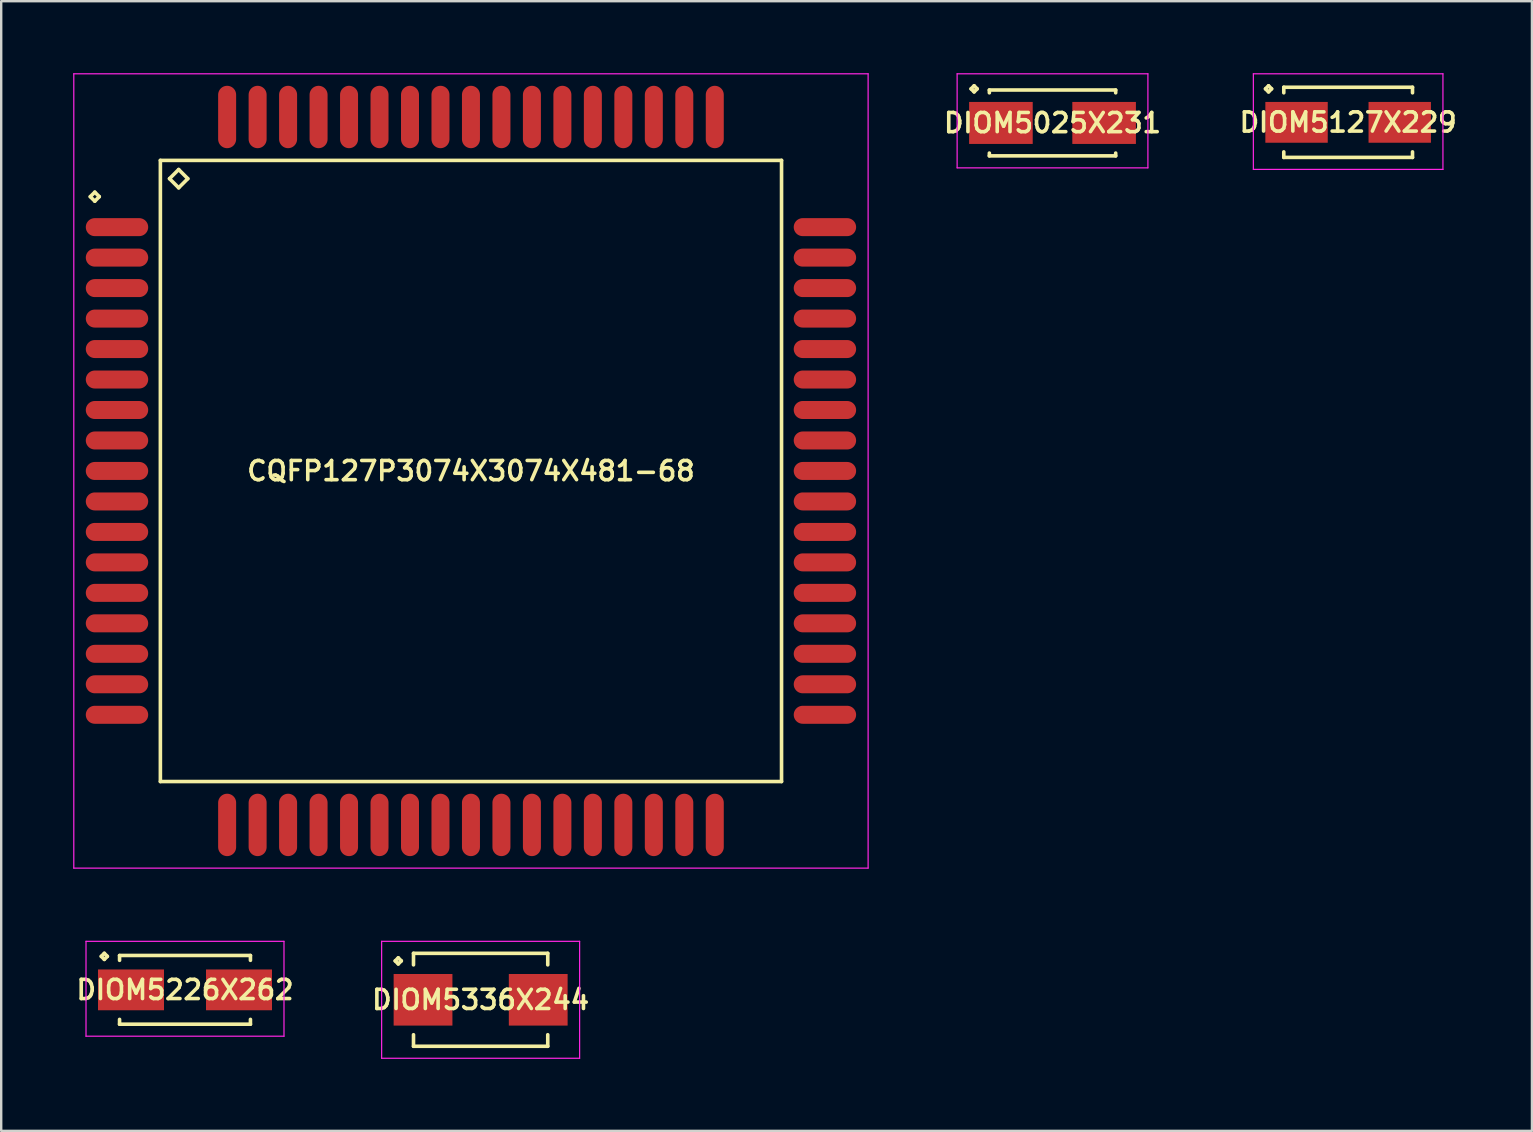
<source format=kicad_pcb>
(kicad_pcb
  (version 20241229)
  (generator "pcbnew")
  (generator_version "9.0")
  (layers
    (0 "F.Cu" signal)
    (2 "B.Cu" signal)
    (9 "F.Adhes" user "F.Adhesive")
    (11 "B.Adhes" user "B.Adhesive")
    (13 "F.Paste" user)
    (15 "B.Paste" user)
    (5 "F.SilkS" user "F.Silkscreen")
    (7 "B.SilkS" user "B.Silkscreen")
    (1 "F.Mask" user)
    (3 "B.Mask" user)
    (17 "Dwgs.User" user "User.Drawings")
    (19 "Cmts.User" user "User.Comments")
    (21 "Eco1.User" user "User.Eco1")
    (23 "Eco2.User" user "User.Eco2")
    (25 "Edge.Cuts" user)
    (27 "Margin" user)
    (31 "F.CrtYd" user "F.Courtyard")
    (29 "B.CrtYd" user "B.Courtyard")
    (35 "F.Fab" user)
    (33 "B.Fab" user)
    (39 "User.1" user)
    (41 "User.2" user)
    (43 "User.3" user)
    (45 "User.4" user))
  (footprint "DIOM5226X262"
    (layer "F.Cu")
    (at 4.659 38.198)
    (property "Reference" "DIOM5226X262" (at 0 0 0) (layer "F.SilkS") (effects (font (size 0.8 0.8) (thickness 0.15))))
    (attr smd)
    (fp_line (start -3.489 -1.396) (end -3.362 -1.523) (stroke (width 0.15) (type solid)) (layer "F.SilkS"))
    (fp_line (start -3.362 -1.523) (end -3.235 -1.396) (stroke (width 0.15) (type solid)) (layer "F.SilkS"))
    (fp_line (start -3.362 -1.269) (end -3.489 -1.396) (stroke (width 0.15) (type solid)) (layer "F.SilkS"))
    (fp_line (start -3.235 -1.396) (end -3.362 -1.269) (stroke (width 0.15) (type solid)) (layer "F.SilkS"))
    (fp_line (start -2.727 -1.432) (end 2.727 -1.432) (stroke (width 0.15) (type solid)) (layer "F.SilkS"))
    (fp_line (start -2.727 -1.231) (end -2.727 -1.432) (stroke (width 0.15) (type solid)) (layer "F.SilkS"))
    (fp_line (start -2.727 1.231) (end -2.727 1.432) (stroke (width 0.15) (type solid)) (layer "F.SilkS"))
    (fp_line (start -2.727 1.432) (end 2.727 1.432) (stroke (width 0.15) (type solid)) (layer "F.SilkS"))
    (fp_line (start 2.727 -1.432) (end 2.727 -1.231) (stroke (width 0.15) (type solid)) (layer "F.SilkS"))
    (fp_line (start 2.727 1.432) (end 2.727 1.231) (stroke (width 0.15) (type solid)) (layer "F.SilkS"))
    (fp_line (start -4.125 -2.023) (end 4.125 -2.023) (stroke (width 0.05) (type solid)) (layer "F.CrtYd"))
    (fp_line (start -4.125 1.932) (end -4.125 -2.023) (stroke (width 0.05) (type solid)) (layer "F.CrtYd"))
    (fp_line (start 4.125 -2.023) (end 4.125 1.932) (stroke (width 0.05) (type solid)) (layer "F.CrtYd"))
    (fp_line (start 4.125 1.932) (end -4.125 1.932) (stroke (width 0.05) (type solid)) (layer "F.CrtYd"))
    (pad "1" smd rect (at -2.25 0) (size 2.75 1.7) (layers "F.Cu" "F.Mask" "F.Paste"))
    (pad "2" smd rect (at 2.25 0) (size 2.75 1.7) (layers "F.Cu" "F.Mask" "F.Paste")))
  (footprint "DIOM5127X229"
    (layer "F.Cu")
    (at 53.128 2.048)
    (property "Reference" "DIOM5127X229" (at 0 0 0) (layer "F.SilkS") (effects (font (size 0.8 0.8) (thickness 0.15))))
    (attr smd)
    (fp_line (start -3.444 -1.396) (end -3.317 -1.523) (stroke (width 0.15) (type solid)) (layer "F.SilkS"))
    (fp_line (start -3.317 -1.523) (end -3.19 -1.396) (stroke (width 0.15) (type solid)) (layer "F.SilkS"))
    (fp_line (start -3.317 -1.269) (end -3.444 -1.396) (stroke (width 0.15) (type solid)) (layer "F.SilkS"))
    (fp_line (start -3.19 -1.396) (end -3.317 -1.269) (stroke (width 0.15) (type solid)) (layer "F.SilkS"))
    (fp_line (start -2.682 -1.462) (end 2.682 -1.462) (stroke (width 0.15) (type solid)) (layer "F.SilkS"))
    (fp_line (start -2.682 -1.231) (end -2.682 -1.462) (stroke (width 0.15) (type solid)) (layer "F.SilkS"))
    (fp_line (start -2.682 1.231) (end -2.682 1.462) (stroke (width 0.15) (type solid)) (layer "F.SilkS"))
    (fp_line (start -2.682 1.462) (end 2.682 1.462) (stroke (width 0.15) (type solid)) (layer "F.SilkS"))
    (fp_line (start 2.682 -1.462) (end 2.682 -1.231) (stroke (width 0.15) (type solid)) (layer "F.SilkS"))
    (fp_line (start 2.682 1.462) (end 2.682 1.231) (stroke (width 0.15) (type solid)) (layer "F.SilkS"))
    (fp_line (start -3.95 -2.023) (end 3.95 -2.023) (stroke (width 0.05) (type solid)) (layer "F.CrtYd"))
    (fp_line (start -3.95 1.962) (end -3.95 -2.023) (stroke (width 0.05) (type solid)) (layer "F.CrtYd"))
    (fp_line (start 3.95 -2.023) (end 3.95 1.962) (stroke (width 0.05) (type solid)) (layer "F.CrtYd"))
    (fp_line (start 3.95 1.962) (end -3.95 1.962) (stroke (width 0.05) (type solid)) (layer "F.CrtYd"))
    (pad "1" smd rect (at -2.15 0) (size 2.6 1.7) (layers "F.Cu" "F.Mask" "F.Paste"))
    (pad "2" smd rect (at 2.15 0) (size 2.6 1.7) (layers "F.Cu" "F.Mask" "F.Paste")))
  (footprint "DIOM5025X231"
    (layer "F.Cu")
    (at 40.809 2.073)
    (property "Reference" "DIOM5025X231" (at 0 0 0) (layer "F.SilkS") (effects (font (size 0.8 0.8) (thickness 0.15))))
    (attr smd)
    (fp_line (start -3.394 -1.421) (end -3.267 -1.548) (stroke (width 0.15) (type solid)) (layer "F.SilkS"))
    (fp_line (start -3.267 -1.548) (end -3.14 -1.421) (stroke (width 0.15) (type solid)) (layer "F.SilkS"))
    (fp_line (start -3.267 -1.294) (end -3.394 -1.421) (stroke (width 0.15) (type solid)) (layer "F.SilkS"))
    (fp_line (start -3.14 -1.421) (end -3.267 -1.294) (stroke (width 0.15) (type solid)) (layer "F.SilkS"))
    (fp_line (start -2.632 -1.372) (end 2.632 -1.372) (stroke (width 0.15) (type solid)) (layer "F.SilkS"))
    (fp_line (start -2.632 -1.256) (end -2.632 -1.372) (stroke (width 0.15) (type solid)) (layer "F.SilkS"))
    (fp_line (start -2.632 1.256) (end -2.632 1.372) (stroke (width 0.15) (type solid)) (layer "F.SilkS"))
    (fp_line (start -2.632 1.372) (end 2.632 1.372) (stroke (width 0.15) (type solid)) (layer "F.SilkS"))
    (fp_line (start 2.632 -1.372) (end 2.632 -1.256) (stroke (width 0.15) (type solid)) (layer "F.SilkS"))
    (fp_line (start 2.632 1.372) (end 2.632 1.256) (stroke (width 0.15) (type solid)) (layer "F.SilkS"))
    (fp_line (start -3.975 -2.048) (end 3.975 -2.048) (stroke (width 0.05) (type solid)) (layer "F.CrtYd"))
    (fp_line (start -3.975 1.872) (end -3.975 -2.048) (stroke (width 0.05) (type solid)) (layer "F.CrtYd"))
    (fp_line (start 3.975 -2.048) (end 3.975 1.872) (stroke (width 0.05) (type solid)) (layer "F.CrtYd"))
    (fp_line (start 3.975 1.872) (end -3.975 1.872) (stroke (width 0.05) (type solid)) (layer "F.CrtYd"))
    (pad "1" smd rect (at -2.15 0) (size 2.65 1.75) (layers "F.Cu" "F.Mask" "F.Paste"))
    (pad "2" smd rect (at 2.15 0) (size 2.65 1.75) (layers "F.Cu" "F.Mask" "F.Paste")))
  (footprint "CQFP127P3074X3074X481-68"
    (layer "F.Cu")
    (at 16.575 16.575)
    (property "Reference" "CQFP127P3074X3074X481-68" (at 0 0 0) (layer "F.SilkS") (effects (font (size 0.8 0.8) (thickness 0.15))))
    (attr smd)
    (fp_line (start -15.863 -11.43) (end -15.675 -11.617) (stroke (width 0.15) (type solid)) (layer "F.SilkS"))
    (fp_line (start -15.675 -11.617) (end -15.488 -11.43) (stroke (width 0.15) (type solid)) (layer "F.SilkS"))
    (fp_line (start -15.675 -11.242) (end -15.863 -11.43) (stroke (width 0.15) (type solid)) (layer "F.SilkS"))
    (fp_line (start -15.488 -11.43) (end -15.675 -11.242) (stroke (width 0.15) (type solid)) (layer "F.SilkS"))
    (fp_line (start -12.942 -12.942) (end -12.942 12.942) (stroke (width 0.15) (type solid)) (layer "F.SilkS"))
    (fp_line (start -12.942 12.942) (end 12.942 12.942) (stroke (width 0.15) (type solid)) (layer "F.SilkS"))
    (fp_line (start -12.561 -12.18) (end -12.18 -12.561) (stroke (width 0.15) (type solid)) (layer "F.SilkS"))
    (fp_line (start -12.18 -12.561) (end -11.799 -12.18) (stroke (width 0.15) (type solid)) (layer "F.SilkS"))
    (fp_line (start -12.18 -11.799) (end -12.561 -12.18) (stroke (width 0.15) (type solid)) (layer "F.SilkS"))
    (fp_line (start -11.799 -12.18) (end -12.18 -11.799) (stroke (width 0.15) (type solid)) (layer "F.SilkS"))
    (fp_line (start 12.942 -12.942) (end -12.942 -12.942) (stroke (width 0.15) (type solid)) (layer "F.SilkS"))
    (fp_line (start 12.942 12.942) (end 12.942 -12.942) (stroke (width 0.15) (type solid)) (layer "F.SilkS"))
    (fp_line (start -16.55 -16.55) (end 16.55 -16.55) (stroke (width 0.05) (type solid)) (layer "F.CrtYd"))
    (fp_line (start -16.55 16.55) (end -16.55 -16.55) (stroke (width 0.05) (type solid)) (layer "F.CrtYd"))
    (fp_line (start 16.55 -16.55) (end 16.55 16.55) (stroke (width 0.05) (type solid)) (layer "F.CrtYd"))
    (fp_line (start 16.55 16.55) (end -16.55 16.55) (stroke (width 0.05) (type solid)) (layer "F.CrtYd"))
    (pad "1" smd oval (at -14.75 -10.16) (size 2.6 0.75) (layers "F.Cu" "F.Mask" "F.Paste"))
    (pad "2" smd oval (at -14.75 -8.89) (size 2.6 0.75) (layers "F.Cu" "F.Mask" "F.Paste"))
    (pad "3" smd oval (at -14.75 -7.62) (size 2.6 0.75) (layers "F.Cu" "F.Mask" "F.Paste"))
    (pad "4" smd oval (at -14.75 -6.35) (size 2.6 0.75) (layers "F.Cu" "F.Mask" "F.Paste"))
    (pad "5" smd oval (at -14.75 -5.08) (size 2.6 0.75) (layers "F.Cu" "F.Mask" "F.Paste"))
    (pad "6" smd oval (at -14.75 -3.81) (size 2.6 0.75) (layers "F.Cu" "F.Mask" "F.Paste"))
    (pad "7" smd oval (at -14.75 -2.54) (size 2.6 0.75) (layers "F.Cu" "F.Mask" "F.Paste"))
    (pad "8" smd oval (at -14.75 -1.27) (size 2.6 0.75) (layers "F.Cu" "F.Mask" "F.Paste"))
    (pad "9" smd oval (at -14.75 0) (size 2.6 0.75) (layers "F.Cu" "F.Mask" "F.Paste"))
    (pad "10" smd oval (at -14.75 1.27) (size 2.6 0.75) (layers "F.Cu" "F.Mask" "F.Paste"))
    (pad "11" smd oval (at -14.75 2.54) (size 2.6 0.75) (layers "F.Cu" "F.Mask" "F.Paste"))
    (pad "12" smd oval (at -14.75 3.81) (size 2.6 0.75) (layers "F.Cu" "F.Mask" "F.Paste"))
    (pad "13" smd oval (at -14.75 5.08) (size 2.6 0.75) (layers "F.Cu" "F.Mask" "F.Paste"))
    (pad "14" smd oval (at -14.75 6.35) (size 2.6 0.75) (layers "F.Cu" "F.Mask" "F.Paste"))
    (pad "15" smd oval (at -14.75 7.62) (size 2.6 0.75) (layers "F.Cu" "F.Mask" "F.Paste"))
    (pad "16" smd oval (at -14.75 8.89) (size 2.6 0.75) (layers "F.Cu" "F.Mask" "F.Paste"))
    (pad "17" smd oval (at -14.75 10.16) (size 2.6 0.75) (layers "F.Cu" "F.Mask" "F.Paste"))
    (pad "18" smd oval (at -10.16 14.75) (size 0.75 2.6) (layers "F.Cu" "F.Mask" "F.Paste"))
    (pad "19" smd oval (at -8.89 14.75) (size 0.75 2.6) (layers "F.Cu" "F.Mask" "F.Paste"))
    (pad "20" smd oval (at -7.62 14.75) (size 0.75 2.6) (layers "F.Cu" "F.Mask" "F.Paste"))
    (pad "21" smd oval (at -6.35 14.75) (size 0.75 2.6) (layers "F.Cu" "F.Mask" "F.Paste"))
    (pad "22" smd oval (at -5.08 14.75) (size 0.75 2.6) (layers "F.Cu" "F.Mask" "F.Paste"))
    (pad "23" smd oval (at -3.81 14.75) (size 0.75 2.6) (layers "F.Cu" "F.Mask" "F.Paste"))
    (pad "24" smd oval (at -2.54 14.75) (size 0.75 2.6) (layers "F.Cu" "F.Mask" "F.Paste"))
    (pad "25" smd oval (at -1.27 14.75) (size 0.75 2.6) (layers "F.Cu" "F.Mask" "F.Paste"))
    (pad "26" smd oval (at 0 14.75) (size 0.75 2.6) (layers "F.Cu" "F.Mask" "F.Paste"))
    (pad "27" smd oval (at 1.27 14.75) (size 0.75 2.6) (layers "F.Cu" "F.Mask" "F.Paste"))
    (pad "28" smd oval (at 2.54 14.75) (size 0.75 2.6) (layers "F.Cu" "F.Mask" "F.Paste"))
    (pad "29" smd oval (at 3.81 14.75) (size 0.75 2.6) (layers "F.Cu" "F.Mask" "F.Paste"))
    (pad "30" smd oval (at 5.08 14.75) (size 0.75 2.6) (layers "F.Cu" "F.Mask" "F.Paste"))
    (pad "31" smd oval (at 6.35 14.75) (size 0.75 2.6) (layers "F.Cu" "F.Mask" "F.Paste"))
    (pad "32" smd oval (at 7.62 14.75) (size 0.75 2.6) (layers "F.Cu" "F.Mask" "F.Paste"))
    (pad "33" smd oval (at 8.89 14.75) (size 0.75 2.6) (layers "F.Cu" "F.Mask" "F.Paste"))
    (pad "34" smd oval (at 10.16 14.75) (size 0.75 2.6) (layers "F.Cu" "F.Mask" "F.Paste"))
    (pad "35" smd oval (at 14.75 10.16) (size 2.6 0.75) (layers "F.Cu" "F.Mask" "F.Paste"))
    (pad "36" smd oval (at 14.75 8.89) (size 2.6 0.75) (layers "F.Cu" "F.Mask" "F.Paste"))
    (pad "37" smd oval (at 14.75 7.62) (size 2.6 0.75) (layers "F.Cu" "F.Mask" "F.Paste"))
    (pad "38" smd oval (at 14.75 6.35) (size 2.6 0.75) (layers "F.Cu" "F.Mask" "F.Paste"))
    (pad "39" smd oval (at 14.75 5.08) (size 2.6 0.75) (layers "F.Cu" "F.Mask" "F.Paste"))
    (pad "40" smd oval (at 14.75 3.81) (size 2.6 0.75) (layers "F.Cu" "F.Mask" "F.Paste"))
    (pad "41" smd oval (at 14.75 2.54) (size 2.6 0.75) (layers "F.Cu" "F.Mask" "F.Paste"))
    (pad "42" smd oval (at 14.75 1.27) (size 2.6 0.75) (layers "F.Cu" "F.Mask" "F.Paste"))
    (pad "43" smd oval (at 14.75 0) (size 2.6 0.75) (layers "F.Cu" "F.Mask" "F.Paste"))
    (pad "44" smd oval (at 14.75 -1.27) (size 2.6 0.75) (layers "F.Cu" "F.Mask" "F.Paste"))
    (pad "45" smd oval (at 14.75 -2.54) (size 2.6 0.75) (layers "F.Cu" "F.Mask" "F.Paste"))
    (pad "46" smd oval (at 14.75 -3.81) (size 2.6 0.75) (layers "F.Cu" "F.Mask" "F.Paste"))
    (pad "47" smd oval (at 14.75 -5.08) (size 2.6 0.75) (layers "F.Cu" "F.Mask" "F.Paste"))
    (pad "48" smd oval (at 14.75 -6.35) (size 2.6 0.75) (layers "F.Cu" "F.Mask" "F.Paste"))
    (pad "49" smd oval (at 14.75 -7.62) (size 2.6 0.75) (layers "F.Cu" "F.Mask" "F.Paste"))
    (pad "50" smd oval (at 14.75 -8.89) (size 2.6 0.75) (layers "F.Cu" "F.Mask" "F.Paste"))
    (pad "51" smd oval (at 14.75 -10.16) (size 2.6 0.75) (layers "F.Cu" "F.Mask" "F.Paste"))
    (pad "52" smd oval (at 10.16 -14.75) (size 0.75 2.6) (layers "F.Cu" "F.Mask" "F.Paste"))
    (pad "53" smd oval (at 8.89 -14.75) (size 0.75 2.6) (layers "F.Cu" "F.Mask" "F.Paste"))
    (pad "54" smd oval (at 7.62 -14.75) (size 0.75 2.6) (layers "F.Cu" "F.Mask" "F.Paste"))
    (pad "55" smd oval (at 6.35 -14.75) (size 0.75 2.6) (layers "F.Cu" "F.Mask" "F.Paste"))
    (pad "56" smd oval (at 5.08 -14.75) (size 0.75 2.6) (layers "F.Cu" "F.Mask" "F.Paste"))
    (pad "57" smd oval (at 3.81 -14.75) (size 0.75 2.6) (layers "F.Cu" "F.Mask" "F.Paste"))
    (pad "58" smd oval (at 2.54 -14.75) (size 0.75 2.6) (layers "F.Cu" "F.Mask" "F.Paste"))
    (pad "59" smd oval (at 1.27 -14.75) (size 0.75 2.6) (layers "F.Cu" "F.Mask" "F.Paste"))
    (pad "60" smd oval (at 0 -14.75) (size 0.75 2.6) (layers "F.Cu" "F.Mask" "F.Paste"))
    (pad "61" smd oval (at -1.27 -14.75) (size 0.75 2.6) (layers "F.Cu" "F.Mask" "F.Paste"))
    (pad "62" smd oval (at -2.54 -14.75) (size 0.75 2.6) (layers "F.Cu" "F.Mask" "F.Paste"))
    (pad "63" smd oval (at -3.81 -14.75) (size 0.75 2.6) (layers "F.Cu" "F.Mask" "F.Paste"))
    (pad "64" smd oval (at -5.08 -14.75) (size 0.75 2.6) (layers "F.Cu" "F.Mask" "F.Paste"))
    (pad "65" smd oval (at -6.35 -14.75) (size 0.75 2.6) (layers "F.Cu" "F.Mask" "F.Paste"))
    (pad "66" smd oval (at -7.62 -14.75) (size 0.75 2.6) (layers "F.Cu" "F.Mask" "F.Paste"))
    (pad "67" smd oval (at -8.89 -14.75) (size 0.75 2.6) (layers "F.Cu" "F.Mask" "F.Paste"))
    (pad "68" smd oval (at -10.16 -14.75) (size 0.75 2.6) (layers "F.Cu" "F.Mask" "F.Paste")))
  (footprint "DIOM5336X244"
    (layer "F.Cu")
    (at 16.978 38.612)
    (property "Reference" "DIOM5336X244" (at 0 0 0) (layer "F.SilkS") (effects (font (size 0.8 0.8) (thickness 0.15))))
    (attr smd)
    (fp_line (start -3.559 -1.621) (end -3.432 -1.748) (stroke (width 0.15) (type solid)) (layer "F.SilkS"))
    (fp_line (start -3.432 -1.748) (end -3.305 -1.621) (stroke (width 0.15) (type solid)) (layer "F.SilkS"))
    (fp_line (start -3.432 -1.494) (end -3.559 -1.621) (stroke (width 0.15) (type solid)) (layer "F.SilkS"))
    (fp_line (start -3.305 -1.621) (end -3.432 -1.494) (stroke (width 0.15) (type solid)) (layer "F.SilkS"))
    (fp_line (start -2.797 -1.937) (end 2.797 -1.937) (stroke (width 0.15) (type solid)) (layer "F.SilkS"))
    (fp_line (start -2.797 -1.456) (end -2.797 -1.937) (stroke (width 0.15) (type solid)) (layer "F.SilkS"))
    (fp_line (start -2.797 1.456) (end -2.797 1.937) (stroke (width 0.15) (type solid)) (layer "F.SilkS"))
    (fp_line (start -2.797 1.937) (end 2.797 1.937) (stroke (width 0.15) (type solid)) (layer "F.SilkS"))
    (fp_line (start 2.797 -1.937) (end 2.797 -1.456) (stroke (width 0.15) (type solid)) (layer "F.SilkS"))
    (fp_line (start 2.797 1.937) (end 2.797 1.456) (stroke (width 0.15) (type solid)) (layer "F.SilkS"))
    (fp_line (start -4.125 -2.437) (end 4.125 -2.437) (stroke (width 0.05) (type solid)) (layer "F.CrtYd"))
    (fp_line (start -4.125 2.437) (end -4.125 -2.437) (stroke (width 0.05) (type solid)) (layer "F.CrtYd"))
    (fp_line (start 4.125 -2.437) (end 4.125 2.437) (stroke (width 0.05) (type solid)) (layer "F.CrtYd"))
    (fp_line (start 4.125 2.437) (end -4.125 2.437) (stroke (width 0.05) (type solid)) (layer "F.CrtYd"))
    (pad "1" smd rect (at -2.4 0) (size 2.45 2.15) (layers "F.Cu" "F.Mask" "F.Paste"))
    (pad "2" smd rect (at 2.4 0) (size 2.45 2.15) (layers "F.Cu" "F.Mask" "F.Paste")))
  (gr_rect
    (start -3 -3)
    (end 60.787 44.074)
    (stroke (width 0.1) (type default))
    (fill no)
    (layer "Edge.Cuts")))
</source>
